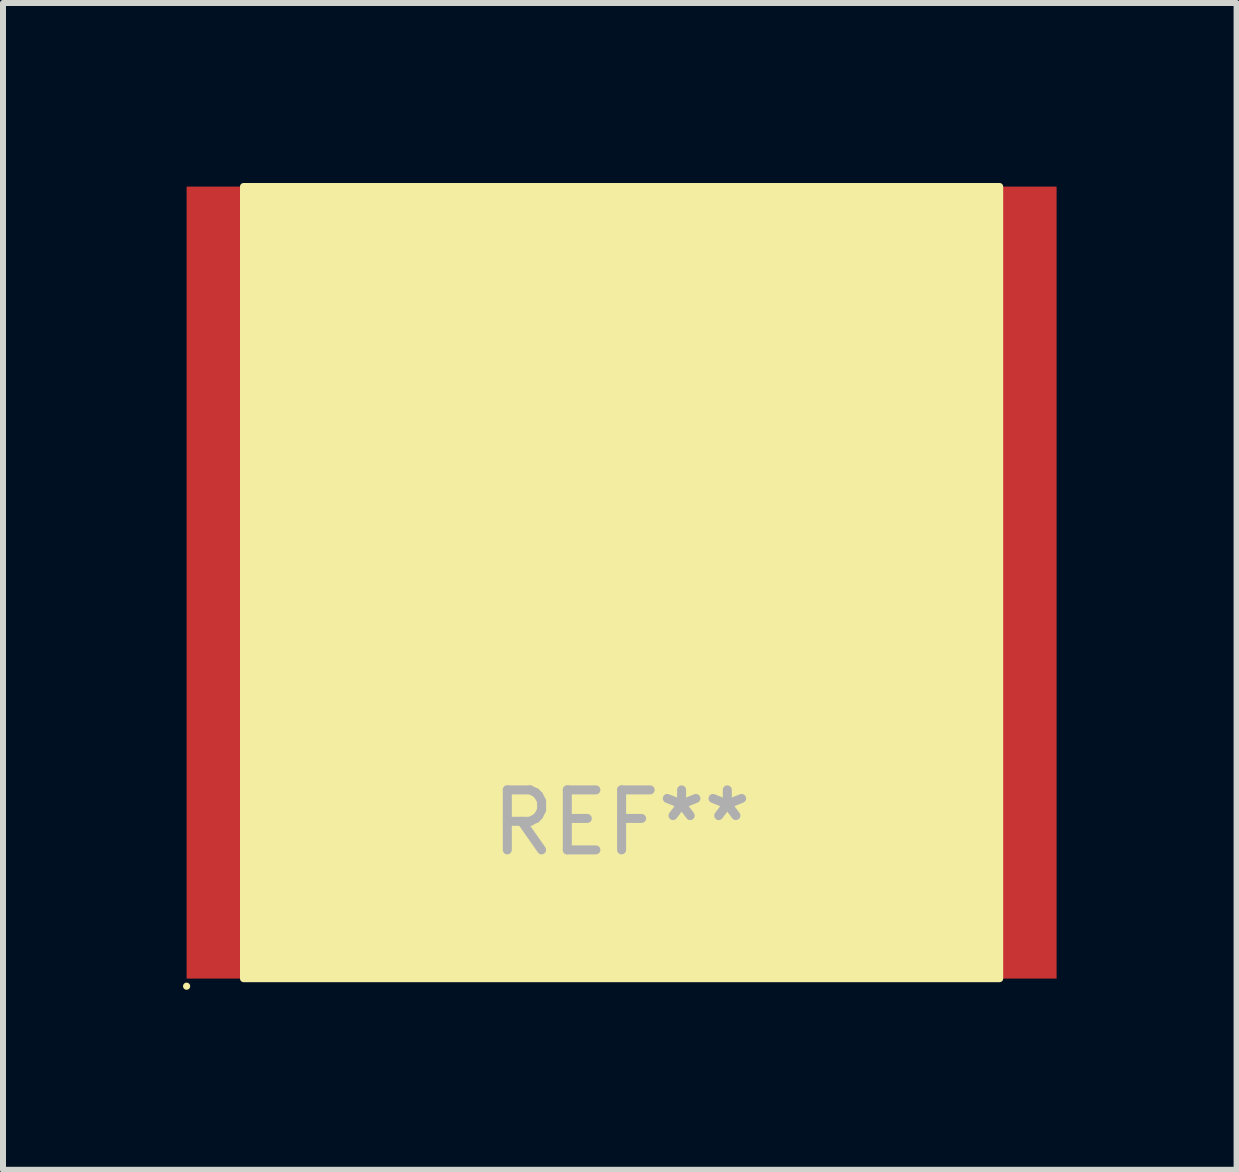
<source format=kicad_pcb>
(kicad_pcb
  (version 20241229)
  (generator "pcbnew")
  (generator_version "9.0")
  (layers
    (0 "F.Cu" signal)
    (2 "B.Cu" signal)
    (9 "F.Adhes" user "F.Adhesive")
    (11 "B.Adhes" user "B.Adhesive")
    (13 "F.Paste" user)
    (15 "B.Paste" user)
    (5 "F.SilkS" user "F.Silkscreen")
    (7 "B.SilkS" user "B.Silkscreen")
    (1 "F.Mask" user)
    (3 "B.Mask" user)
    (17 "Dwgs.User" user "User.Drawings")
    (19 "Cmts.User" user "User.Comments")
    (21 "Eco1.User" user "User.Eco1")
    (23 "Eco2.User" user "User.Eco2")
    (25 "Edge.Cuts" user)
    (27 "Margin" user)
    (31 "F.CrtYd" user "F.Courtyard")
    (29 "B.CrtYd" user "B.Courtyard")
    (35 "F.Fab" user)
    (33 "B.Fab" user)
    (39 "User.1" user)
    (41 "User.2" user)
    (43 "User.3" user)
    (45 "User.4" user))
  (footprint "ETQP8M4R7JFA"
    (layer "F.Cu")
    (at 7.31 6.66)
    (property "Reference" "ETQP8M4R7JFA" (at 0 -2 0) (layer "F.SilkS") (effects (font (size 1 1) (thickness 0.15))))
    (attr through_hole)
    (fp_circle (center -7.25 6.727) (end -7.22 6.727) (stroke (width 0.06) (type solid)) (fill no) (layer "F.SilkS"))
    (fp_poly (pts (xy -6.3 -6.6) (xy 6.3 -6.6) (xy 6.3 6.6) (xy -6.3 6.6)) (stroke (width 0.12) (type solid)) (fill yes) (layer "F.SilkS"))
    (fp_text user "REF**" (at 0 4 0) (layer "F.Fab") (effects (font (size 1 1) (thickness 0.15))))
    (pad "1" smd rect (at -5.65 0) (size 3.2 13.2) (layers "F.Cu" "F.Mask" "F.Paste"))
    (pad "2" smd rect (at 5.65 0) (size 3.2 13.2) (layers "F.Cu" "F.Mask" "F.Paste")))
  (gr_rect
    (start -3 -3)
    (end 17.56 16.447)
    (stroke (width 0.1) (type default))
    (fill no)
    (layer "Edge.Cuts")))
</source>
